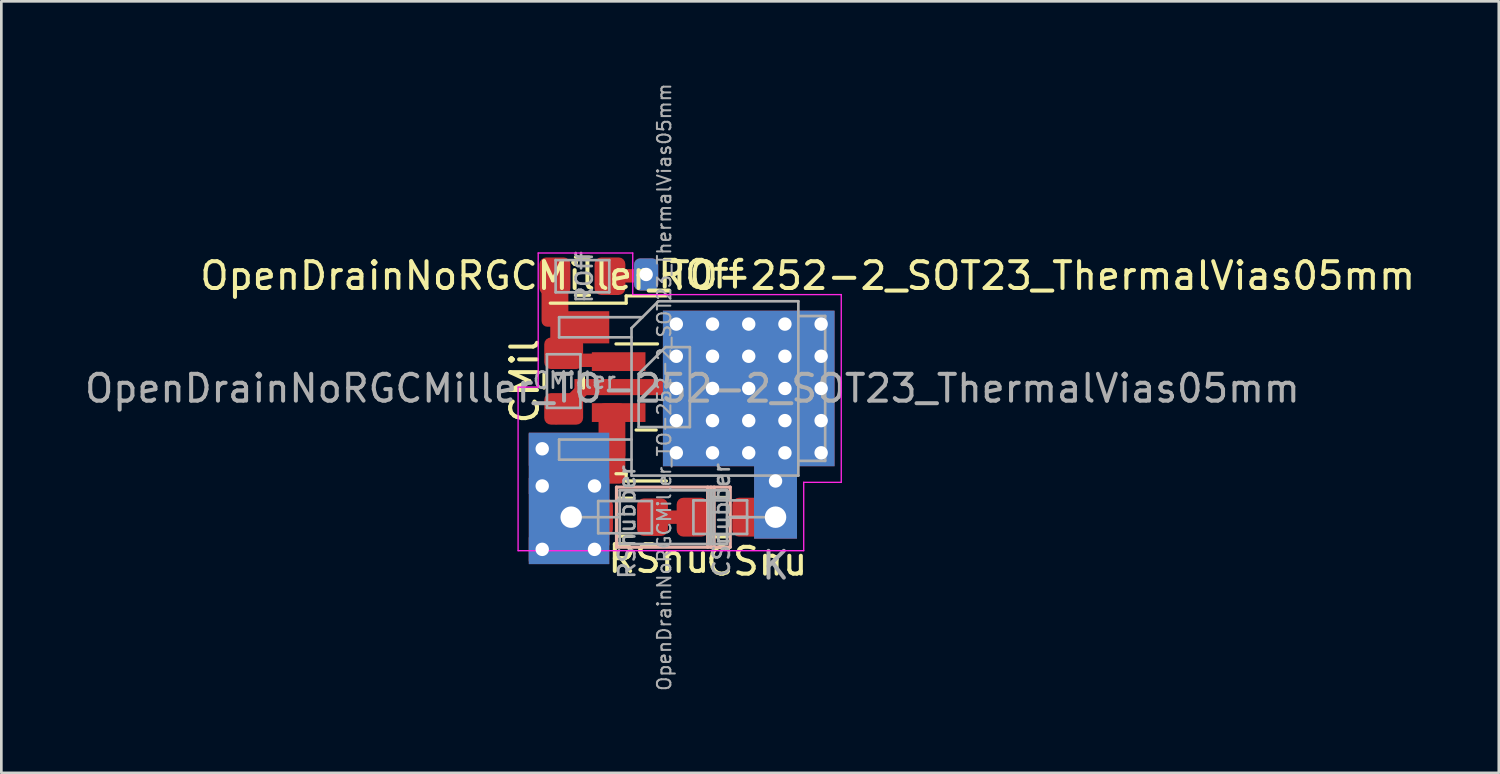
<source format=kicad_pcb>
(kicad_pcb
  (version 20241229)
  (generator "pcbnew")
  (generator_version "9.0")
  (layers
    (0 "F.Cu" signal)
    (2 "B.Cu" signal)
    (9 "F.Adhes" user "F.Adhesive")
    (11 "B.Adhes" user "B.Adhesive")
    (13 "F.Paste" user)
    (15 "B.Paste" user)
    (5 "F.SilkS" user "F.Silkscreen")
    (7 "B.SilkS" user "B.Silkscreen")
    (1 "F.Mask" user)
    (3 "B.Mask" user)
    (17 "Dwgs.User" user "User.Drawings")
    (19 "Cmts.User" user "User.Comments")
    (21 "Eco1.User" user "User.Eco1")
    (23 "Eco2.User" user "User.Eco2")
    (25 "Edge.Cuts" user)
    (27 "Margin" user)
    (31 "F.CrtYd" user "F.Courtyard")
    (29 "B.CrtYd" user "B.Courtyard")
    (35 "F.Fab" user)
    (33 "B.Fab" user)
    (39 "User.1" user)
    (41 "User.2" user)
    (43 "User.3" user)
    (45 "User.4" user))
  (footprint "OpenDrainNoRGCMiller_TO-252-2_SOT23_ThermalVias05mm"
    (layer "F.Cu")
    (at 22.768 11.434)
    (property "Reference" "OpenDrainNoRGCMiller_TO-252-2_SOT23_ThermalVias05mm" (at 4.3 -4.2 0) (layer "F.SilkS") (effects (font (size 1 1) (thickness 0.15))))
    (attr smd)
    (fp_line (start -5.535 -0.536) (end -5.535 -0.014) (stroke (width 0.12) (type solid)) (layer "F.SilkS"))
    (fp_line (start -4.361 -4.895) (end -3.839 -4.895) (stroke (width 0.12) (type solid)) (layer "F.SilkS"))
    (fp_line (start -4.361 -3.475) (end -3.839 -3.475) (stroke (width 0.12) (type solid)) (layer "F.SilkS"))
    (fp_line (start -4.065 -0.536) (end -4.065 -0.014) (stroke (width 0.12) (type solid)) (layer "F.SilkS"))
    (fp_line (start -2.85 -1.66) (end -1.3 -1.66) (stroke (width 0.12) (type solid)) (layer "F.SilkS"))
    (fp_line (start -2.47 -3.45) (end -2.47 -3.18) (stroke (width 0.12) (type solid)) (layer "F.SilkS"))
    (fp_line (start -2.47 -3.18) (end -5.3 -3.18) (stroke (width 0.12) (type solid)) (layer "F.SilkS"))
    (fp_line (start -2.47 3.18) (end -2.85 3.18) (stroke (width 0.12) (type solid)) (layer "F.SilkS"))
    (fp_line (start -2.47 3.45) (end -2.47 3.18) (stroke (width 0.12) (type solid)) (layer "F.SilkS"))
    (fp_line (start -2.251 4.09) (end -2.774 4.09) (stroke (width 0.12) (type solid)) (layer "F.SilkS"))
    (fp_line (start -2.251 5.51) (end -2.774 5.51) (stroke (width 0.12) (type solid)) (layer "F.SilkS"))
    (fp_line (start -2.1 1.55) (end -1.35 1.55) (stroke (width 0.12) (type solid)) (layer "F.SilkS"))
    (fp_line (start -0.97 -3.45) (end -2.47 -3.45) (stroke (width 0.12) (type solid)) (layer "F.SilkS"))
    (fp_line (start -0.97 3.45) (end -2.47 3.45) (stroke (width 0.12) (type solid)) (layer "F.SilkS"))
    (fp_line (start 0.776 4.065) (end 1.299 4.065) (stroke (width 0.12) (type solid)) (layer "F.SilkS"))
    (fp_line (start 0.776 5.535) (end 1.299 5.535) (stroke (width 0.12) (type solid)) (layer "F.SilkS"))
    (fp_line (start -2.83 3.68) (end -2.83 5.92) (stroke (width 0.12) (type solid)) (layer "B.SilkS"))
    (fp_line (start -2.83 5.92) (end 1.41 5.92) (stroke (width 0.12) (type solid)) (layer "B.SilkS"))
    (fp_line (start 0.57 5.92) (end 0.57 3.68) (stroke (width 0.12) (type solid)) (layer "B.SilkS"))
    (fp_line (start 0.69 5.92) (end 0.69 3.68) (stroke (width 0.12) (type solid)) (layer "B.SilkS"))
    (fp_line (start 0.81 5.92) (end 0.81 3.68) (stroke (width 0.12) (type solid)) (layer "B.SilkS"))
    (fp_line (start 1.41 3.68) (end -2.83 3.68) (stroke (width 0.12) (type solid)) (layer "B.SilkS"))
    (fp_line (start 1.41 5.92) (end 1.41 3.68) (stroke (width 0.12) (type solid)) (layer "B.SilkS"))
    (fp_line (start 2.06 4.8) (end 1.41 4.8) (stroke (width 0.12) (type solid)) (layer "B.SilkS"))
    (fp_line (start -6.5 -0.05) (end -6.5 6.05) (stroke (width 0.05) (type solid)) (layer "F.CrtYd"))
    (fp_line (start -6.5 -0.05) (end -5.75 -0.05) (stroke (width 0.05) (type solid)) (layer "F.CrtYd"))
    (fp_line (start -6.5 6.05) (end 4.15 6.05) (stroke (width 0.05) (type solid)) (layer "F.CrtYd"))
    (fp_line (start -5.75 -5.05) (end -2.225 -5.05) (stroke (width 0.05) (type solid)) (layer "F.CrtYd"))
    (fp_line (start -5.75 -0.05) (end -5.75 -5.05) (stroke (width 0.05) (type solid)) (layer "F.CrtYd"))
    (fp_line (start -2.225 -5.05) (end -2.225 -3.5) (stroke (width 0.05) (type solid)) (layer "F.CrtYd"))
    (fp_line (start 4.15 3.5) (end 5.55 3.5) (stroke (width 0.05) (type solid)) (layer "F.CrtYd"))
    (fp_line (start 4.15 6.05) (end 4.15 3.5) (stroke (width 0.05) (type solid)) (layer "F.CrtYd"))
    (fp_line (start 5.55 -3.5) (end -2.225 -3.5) (stroke (width 0.05) (type solid)) (layer "F.CrtYd"))
    (fp_line (start 5.55 3.5) (end 5.55 -3.5) (stroke (width 0.05) (type solid)) (layer "F.CrtYd"))
    (fp_line (start -5.425 -1.275) (end -4.175 -1.275) (stroke (width 0.1) (type solid)) (layer "F.Fab"))
    (fp_line (start -5.425 0.725) (end -5.425 -1.275) (stroke (width 0.1) (type solid)) (layer "F.Fab"))
    (fp_line (start -5.1 -4.785) (end -3.1 -4.785) (stroke (width 0.1) (type solid)) (layer "F.Fab"))
    (fp_line (start -5.1 -3.585) (end -5.1 -4.785) (stroke (width 0.1) (type solid)) (layer "F.Fab"))
    (fp_line (start -4.97 -2.655) (end -4.97 -1.905) (stroke (width 0.1) (type solid)) (layer "F.Fab"))
    (fp_line (start -4.97 -1.905) (end -2.27 -1.905) (stroke (width 0.1) (type solid)) (layer "F.Fab"))
    (fp_line (start -4.97 1.905) (end -4.97 2.655) (stroke (width 0.1) (type solid)) (layer "F.Fab"))
    (fp_line (start -4.97 2.655) (end -2.27 2.655) (stroke (width 0.1) (type solid)) (layer "F.Fab"))
    (fp_line (start -4.52 4.8) (end -2.71 4.8) (stroke (width 0.1) (type solid)) (layer "F.Fab"))
    (fp_line (start -4.175 -1.275) (end -4.175 0.725) (stroke (width 0.1) (type solid)) (layer "F.Fab"))
    (fp_line (start -4.175 0.725) (end -5.425 0.725) (stroke (width 0.1) (type solid)) (layer "F.Fab"))
    (fp_line (start -3.513 4.2) (end -1.512 4.2) (stroke (width 0.1) (type solid)) (layer "F.Fab"))
    (fp_line (start -3.513 5.4) (end -3.513 4.2) (stroke (width 0.1) (type solid)) (layer "F.Fab"))
    (fp_line (start -3.1 -4.785) (end -3.1 -3.585) (stroke (width 0.1) (type solid)) (layer "F.Fab"))
    (fp_line (start -3.1 -3.585) (end -5.1 -3.585) (stroke (width 0.1) (type solid)) (layer "F.Fab"))
    (fp_line (start -2.71 3.8) (end -2.71 5.8) (stroke (width 0.1) (type solid)) (layer "F.Fab"))
    (fp_line (start -2.71 5.8) (end 1.29 5.8) (stroke (width 0.1) (type solid)) (layer "F.Fab"))
    (fp_line (start -2.27 -2.25) (end -1.27 -3.25) (stroke (width 0.1) (type solid)) (layer "F.Fab"))
    (fp_line (start -2.27 1.905) (end -4.97 1.905) (stroke (width 0.1) (type solid)) (layer "F.Fab"))
    (fp_line (start -2.27 3.25) (end -2.27 -2.25) (stroke (width 0.1) (type solid)) (layer "F.Fab"))
    (fp_line (start -2.005 -0.54) (end -2.005 1.44) (stroke (width 0.1) (type solid)) (layer "F.Fab"))
    (fp_line (start -2.005 -0.54) (end -1.005 -1.54) (stroke (width 0.1) (type solid)) (layer "F.Fab"))
    (fp_line (start -2.005 1.44) (end -0.095 1.44) (stroke (width 0.1) (type solid)) (layer "F.Fab"))
    (fp_line (start -1.865 -2.655) (end -4.97 -2.655) (stroke (width 0.1) (type solid)) (layer "F.Fab"))
    (fp_line (start -1.512 4.2) (end -1.512 5.4) (stroke (width 0.1) (type solid)) (layer "F.Fab"))
    (fp_line (start -1.512 5.4) (end -3.513 5.4) (stroke (width 0.1) (type solid)) (layer "F.Fab"))
    (fp_line (start -1.27 -3.25) (end 3.95 -3.25) (stroke (width 0.1) (type solid)) (layer "F.Fab"))
    (fp_line (start -1.005 -1.54) (end -0.095 -1.54) (stroke (width 0.1) (type solid)) (layer "F.Fab"))
    (fp_line (start -0.095 -1.54) (end -0.095 1.44) (stroke (width 0.1) (type solid)) (layer "F.Fab"))
    (fp_line (start 0.037 4.175) (end 2.038 4.175) (stroke (width 0.1) (type solid)) (layer "F.Fab"))
    (fp_line (start 0.037 5.425) (end 0.037 4.175) (stroke (width 0.1) (type solid)) (layer "F.Fab"))
    (fp_line (start 0.59 5.8) (end 0.59 3.8) (stroke (width 0.1) (type solid)) (layer "F.Fab"))
    (fp_line (start 0.69 5.8) (end 0.69 3.8) (stroke (width 0.1) (type solid)) (layer "F.Fab"))
    (fp_line (start 0.79 5.8) (end 0.79 3.8) (stroke (width 0.1) (type solid)) (layer "F.Fab"))
    (fp_line (start 1.29 3.8) (end -2.71 3.8) (stroke (width 0.1) (type solid)) (layer "F.Fab"))
    (fp_line (start 1.29 5.8) (end 1.29 3.8) (stroke (width 0.1) (type solid)) (layer "F.Fab"))
    (fp_line (start 2.038 4.175) (end 2.038 5.425) (stroke (width 0.1) (type solid)) (layer "F.Fab"))
    (fp_line (start 2.038 5.425) (end 0.037 5.425) (stroke (width 0.1) (type solid)) (layer "F.Fab"))
    (fp_line (start 3.1 4.8) (end 1.29 4.8) (stroke (width 0.1) (type solid)) (layer "F.Fab"))
    (fp_line (start 3.95 -3.25) (end 3.95 3.25) (stroke (width 0.1) (type solid)) (layer "F.Fab"))
    (fp_line (start 3.95 -2.7) (end 4.95 -2.7) (stroke (width 0.1) (type solid)) (layer "F.Fab"))
    (fp_line (start 3.95 3.25) (end -2.27 3.25) (stroke (width 0.1) (type solid)) (layer "F.Fab"))
    (fp_line (start 4.95 -2.7) (end 4.95 2.7) (stroke (width 0.1) (type solid)) (layer "F.Fab"))
    (fp_line (start 4.95 2.7) (end 3.95 2.7) (stroke (width 0.1) (type solid)) (layer "F.Fab"))
    (fp_text user "ROff" (at 0.325 -4.25 0) (layer "F.SilkS") (effects (font (size 1 1) (thickness 0.15))))
    (fp_text user "CMil" (at -6.25 -0.275 90) (layer "F.SilkS") (effects (font (size 1 1) (thickness 0.15))))
    (fp_text user "CSnu" (at 2.4 6.45 0) (layer "F.SilkS") (effects (font (size 1 1) (thickness 0.15))))
    (fp_text user "RSnu" (at -1.25 6.35 0) (layer "F.SilkS") (effects (font (size 1 1) (thickness 0.15))))
    (fp_text user "${REFERENCE}" (at -1.05 -0.05 90) (layer "F.Fab") (effects (font (size 0.5 0.5) (thickness 0.075))))
    (fp_text user "K" (at 3.1 6.6 180) (layer "F.Fab") (effects (font (size 1 1) (thickness 0.15))))
    (fp_text user "${REFERENCE}" (at 0 0 0) (layer "F.Fab") (effects (font (size 1 1) (thickness 0.15))))
    (fp_text user "CSnubber" (at 1.087 4.9 90) (layer "F.Fab") (effects (font (size 0.6 0.6) (thickness 0.1))))
    (fp_text user "ROff" (at -4.025 -4.15 270) (layer "F.Fab") (effects (font (size 0.6 0.6) (thickness 0.1))))
    (fp_text user "CMiller" (at -4.4 -0.3 180) (layer "F.Fab") (effects (font (size 0.6 0.6) (thickness 0.1))))
    (fp_text user "RSnubber" (at -2.438 4.975 270) (layer "F.Fab") (effects (font (size 0.6 0.6) (thickness 0.1))))
    (pad "" smd rect (at 0.425 -1.525) (size 3.05 2.75) (layers "F.Paste"))
    (pad "" smd rect (at 0.425 1.525) (size 3.05 2.75) (layers "F.Paste"))
    (pad "" smd rect (at 3.775 -1.525) (size 3.05 2.75) (layers "F.Paste"))
    (pad "" smd rect (at 3.775 1.525) (size 3.05 2.75) (layers "F.Paste"))
    (pad "1" smd roundrect (at -5.125 -4.185) (size 1.15 1.4) (layers "F.Cu" "F.Mask" "F.Paste") (roundrect_rratio 0.217))
    (pad "1" smd roundrect (at -5.125 -3.55 90) (size 2.5 1) (layers "F.Cu") (roundrect_rratio 0.217))
    (pad "1" smd roundrect (at -4.9 -2.35 90) (size 2.5 0.5) (layers "F.Cu") (roundrect_rratio 0.217))
    (pad "1" smd roundrect (at -4.8 -1.312 270) (size 1.175 1.45) (layers "F.Cu" "F.Mask" "F.Paste") (roundrect_rratio 0.213))
    (pad "1" smd roundrect (at -4.76 -1.23 270) (size 0.5 0.5) (layers "F.Cu") (roundrect_rratio 0.217))
    (pad "1" smd rect (at -4.2 -2.28) (size 2.2 1.2) (layers "F.Cu" "F.Mask" "F.Paste"))
    (pad "1" smd roundrect (at -3.8 -1.05) (size 2.5 0.5) (layers "F.Cu") (roundrect_rratio 0.217))
    (pad "1" smd rect (at -2.75 -1) (size 2 0.7) (layers "F.Cu" "F.Mask" "F.Paste"))
    (pad "2" smd roundrect (at -4.8 0.762 270) (size 1.175 1.45) (layers "F.Cu" "F.Mask" "F.Paste") (roundrect_rratio 0.213))
    (pad "2" smd roundrect (at -4.55 0.5 45) (size 2 0.5) (layers "F.Cu") (roundrect_rratio 0.217))
    (pad "2" thru_hole rect (at -0.6 -2.4) (size 0.6 0.6) (drill 0.5) (layers "*.Cu" "*.Mask"))
    (pad "2" thru_hole rect (at -0.6 -1.2) (size 0.6 0.6) (drill 0.5) (layers "*.Cu" "*.Mask"))
    (pad "2" thru_hole rect (at -0.6 0) (size 0.6 0.6) (drill 0.5) (layers "*.Cu" "*.Mask"))
    (pad "2" thru_hole rect (at -0.6 1.2) (size 0.6 0.6) (drill 0.5) (layers "*.Cu" "*.Mask"))
    (pad "2" thru_hole rect (at -0.6 2.4) (size 0.6 0.6) (drill 0.5) (layers "*.Cu" "*.Mask"))
    (pad "2" smd rect (at -0.4 -0.05) (size 8 0.6) (layers "F.Cu"))
    (pad "2" smd rect (at 0.65 -0.05) (size 2 0.7) (layers "F.Cu" "F.Mask" "F.Paste"))
    (pad "2" thru_hole rect (at 0.75 -2.4) (size 0.6 0.6) (drill 0.5) (layers "*.Cu" "*.Mask"))
    (pad "2" thru_hole rect (at 0.75 -1.2) (size 0.6 0.6) (drill 0.5) (layers "*.Cu" "*.Mask"))
    (pad "2" thru_hole rect (at 0.75 0) (size 0.6 0.6) (drill 0.5) (layers "*.Cu" "*.Mask"))
    (pad "2" thru_hole rect (at 0.75 1.2) (size 0.6 0.6) (drill 0.5) (layers "*.Cu" "*.Mask"))
    (pad "2" thru_hole rect (at 0.75 2.4) (size 0.6 0.6) (drill 0.5) (layers "*.Cu" "*.Mask"))
    (pad "2" smd roundrect (at 2.075 4.8) (size 1.175 1.45) (layers "F.Cu" "F.Mask" "F.Paste") (roundrect_rratio 0.213))
    (pad "2" thru_hole rect (at 2.1 -2.4) (size 0.6 0.6) (drill 0.5) (layers "*.Cu" "*.Mask"))
    (pad "2" thru_hole rect (at 2.1 -1.2) (size 0.6 0.6) (drill 0.5) (layers "*.Cu" "*.Mask"))
    (pad "2" thru_hole rect (at 2.1 0) (size 0.6 0.6) (drill 0.5) (layers "*.Cu" "*.Mask"))
    (pad "2" smd rect (at 2.1 0) (size 6.4 5.8) (layers "F.Cu" "F.Mask"))
    (pad "2" smd rect (at 2.1 0) (size 6.4 5.8) (layers "B.Cu" "B.Mask"))
    (pad "2" thru_hole rect (at 2.1 1.2) (size 0.6 0.6) (drill 0.5) (layers "*.Cu" "*.Mask"))
    (pad "2" thru_hole rect (at 2.1 2.4) (size 0.6 0.6) (drill 0.5) (layers "*.Cu" "*.Mask"))
    (pad "2" thru_hole rect (at 3.1 3.45 90) (size 3 1.6) (drill 0.5) (layers "*.Cu" "*.Mask" "F.Paste"))
    (pad "2" thru_hole rect (at 3.1 4.8 180) (size 1.6 1.6) (drill 0.8) (layers "*.Cu" "*.Mask"))
    (pad "2" thru_hole rect (at 3.45 -2.4) (size 0.6 0.6) (drill 0.5) (layers "*.Cu" "*.Mask"))
    (pad "2" thru_hole rect (at 3.45 -1.2) (size 0.6 0.6) (drill 0.5) (layers "*.Cu" "*.Mask"))
    (pad "2" thru_hole rect (at 3.45 0) (size 0.6 0.6) (drill 0.5) (layers "*.Cu" "*.Mask"))
    (pad "2" thru_hole rect (at 3.45 1.2) (size 0.6 0.6) (drill 0.5) (layers "*.Cu" "*.Mask"))
    (pad "2" thru_hole rect (at 3.45 2.4) (size 0.6 0.6) (drill 0.5) (layers "*.Cu" "*.Mask"))
    (pad "2" thru_hole rect (at 4.8 -2.4) (size 0.6 0.6) (drill 0.5) (layers "*.Cu" "*.Mask"))
    (pad "2" thru_hole rect (at 4.8 -1.2) (size 0.6 0.6) (drill 0.5) (layers "*.Cu" "*.Mask"))
    (pad "2" thru_hole rect (at 4.8 0) (size 0.6 0.6) (drill 0.5) (layers "*.Cu" "*.Mask"))
    (pad "2" thru_hole rect (at 4.8 1.2) (size 0.6 0.6) (drill 0.5) (layers "*.Cu" "*.Mask"))
    (pad "2" thru_hole rect (at 4.8 2.4) (size 0.6 0.6) (drill 0.5) (layers "*.Cu" "*.Mask"))
    (pad "3" thru_hole rect (at -5.6 2.25 90) (size 1.2 0.9) (drill 0.5 (offset -0.03 -0.05)) (layers "*.Cu" "*.Mask" "F.Paste"))
    (pad "3" thru_hole rect (at -5.6 3.637) (size 1 0.6) (drill 0.5) (layers "*.Cu" "*.Mask"))
    (pad "3" thru_hole rect (at -5.6 6 90) (size 0.9 0.9) (drill 0.5 (offset 0 -0.05)) (layers "*.Cu" "*.Mask" "F.Paste"))
    (pad "3" smd rect (at -4.6 4.1) (size 3 4.9) (layers "F.Cu" "F.Mask" "F.Paste"))
    (pad "3" smd rect (at -4.6 4.1) (size 3 4.9) (layers "B.Cu" "B.Mask"))
    (pad "3" thru_hole rect (at -4.52 4.8 180) (size 2.5 2.5) (drill 0.8 (offset -0.17 0.2)) (layers "*.Cu" "*.Mask" "F.Paste"))
    (pad "3" smd roundrect (at -4.25 2.2 180) (size 3.5 1) (layers "F.Cu") (roundrect_rratio 0.217))
    (pad "3" smd rect (at -4.2 2.28) (size 2.2 1.2) (layers "F.Cu" "F.Mask" "F.Paste"))
    (pad "3" thru_hole rect (at -3.65 3.637) (size 1 0.6) (drill 0.5) (layers "*.Cu" "*.Mask"))
    (pad "3" thru_hole rect (at -3.65 6 90) (size 0.9 0.9) (drill 0.5) (layers "*.Cu" "*.Mask" "F.Paste"))
    (pad "3" smd roundrect (at -3.538 4.8 180) (size 1.15 1.4) (layers "F.Cu" "F.Mask" "F.Paste") (roundrect_rratio 0.217))
    (pad "3" smd roundrect (at -3.075 -4.185) (size 1.15 1.4) (layers "F.Cu" "F.Mask" "F.Paste") (roundrect_rratio 0.217))
    (pad "3" smd roundrect (at -3 2.05 90) (size 3 1) (layers "F.Cu") (roundrect_rratio 0.217))
    (pad "3" smd rect (at -2.75 0.9) (size 2 0.7) (layers "F.Cu" "F.Mask" "F.Paste"))
    (pad "3" smd roundrect (at -2.325 -4.2 180) (size 2 0.5) (layers "F.Cu") (roundrect_rratio 0.217))
    (pad "3" thru_hole roundrect (at -1.725 -4.25 270) (size 1.2 0.9) (drill 0.5) (layers "*.Cu" "*.Mask") (roundrect_rratio 0.25))
    (pad "4" smd roundrect (at -1.488 4.8 180) (size 1.15 1.4) (layers "F.Cu" "F.Mask" "F.Paste") (roundrect_rratio 0.217))
    (pad "4" smd roundrect (at -0.688 4.8 180) (size 2 0.5) (layers "F.Cu") (roundrect_rratio 0.217))
    (pad "4" smd roundrect (at 0 4.8) (size 1.175 1.45) (layers "F.Cu" "F.Mask" "F.Paste") (roundrect_rratio 0.213)))
  (gr_rect
    (start -3 -3)
    (end 52.836 25.768)
    (stroke (width 0.1) (type default))
    (fill no)
    (layer "Edge.Cuts")))
</source>
